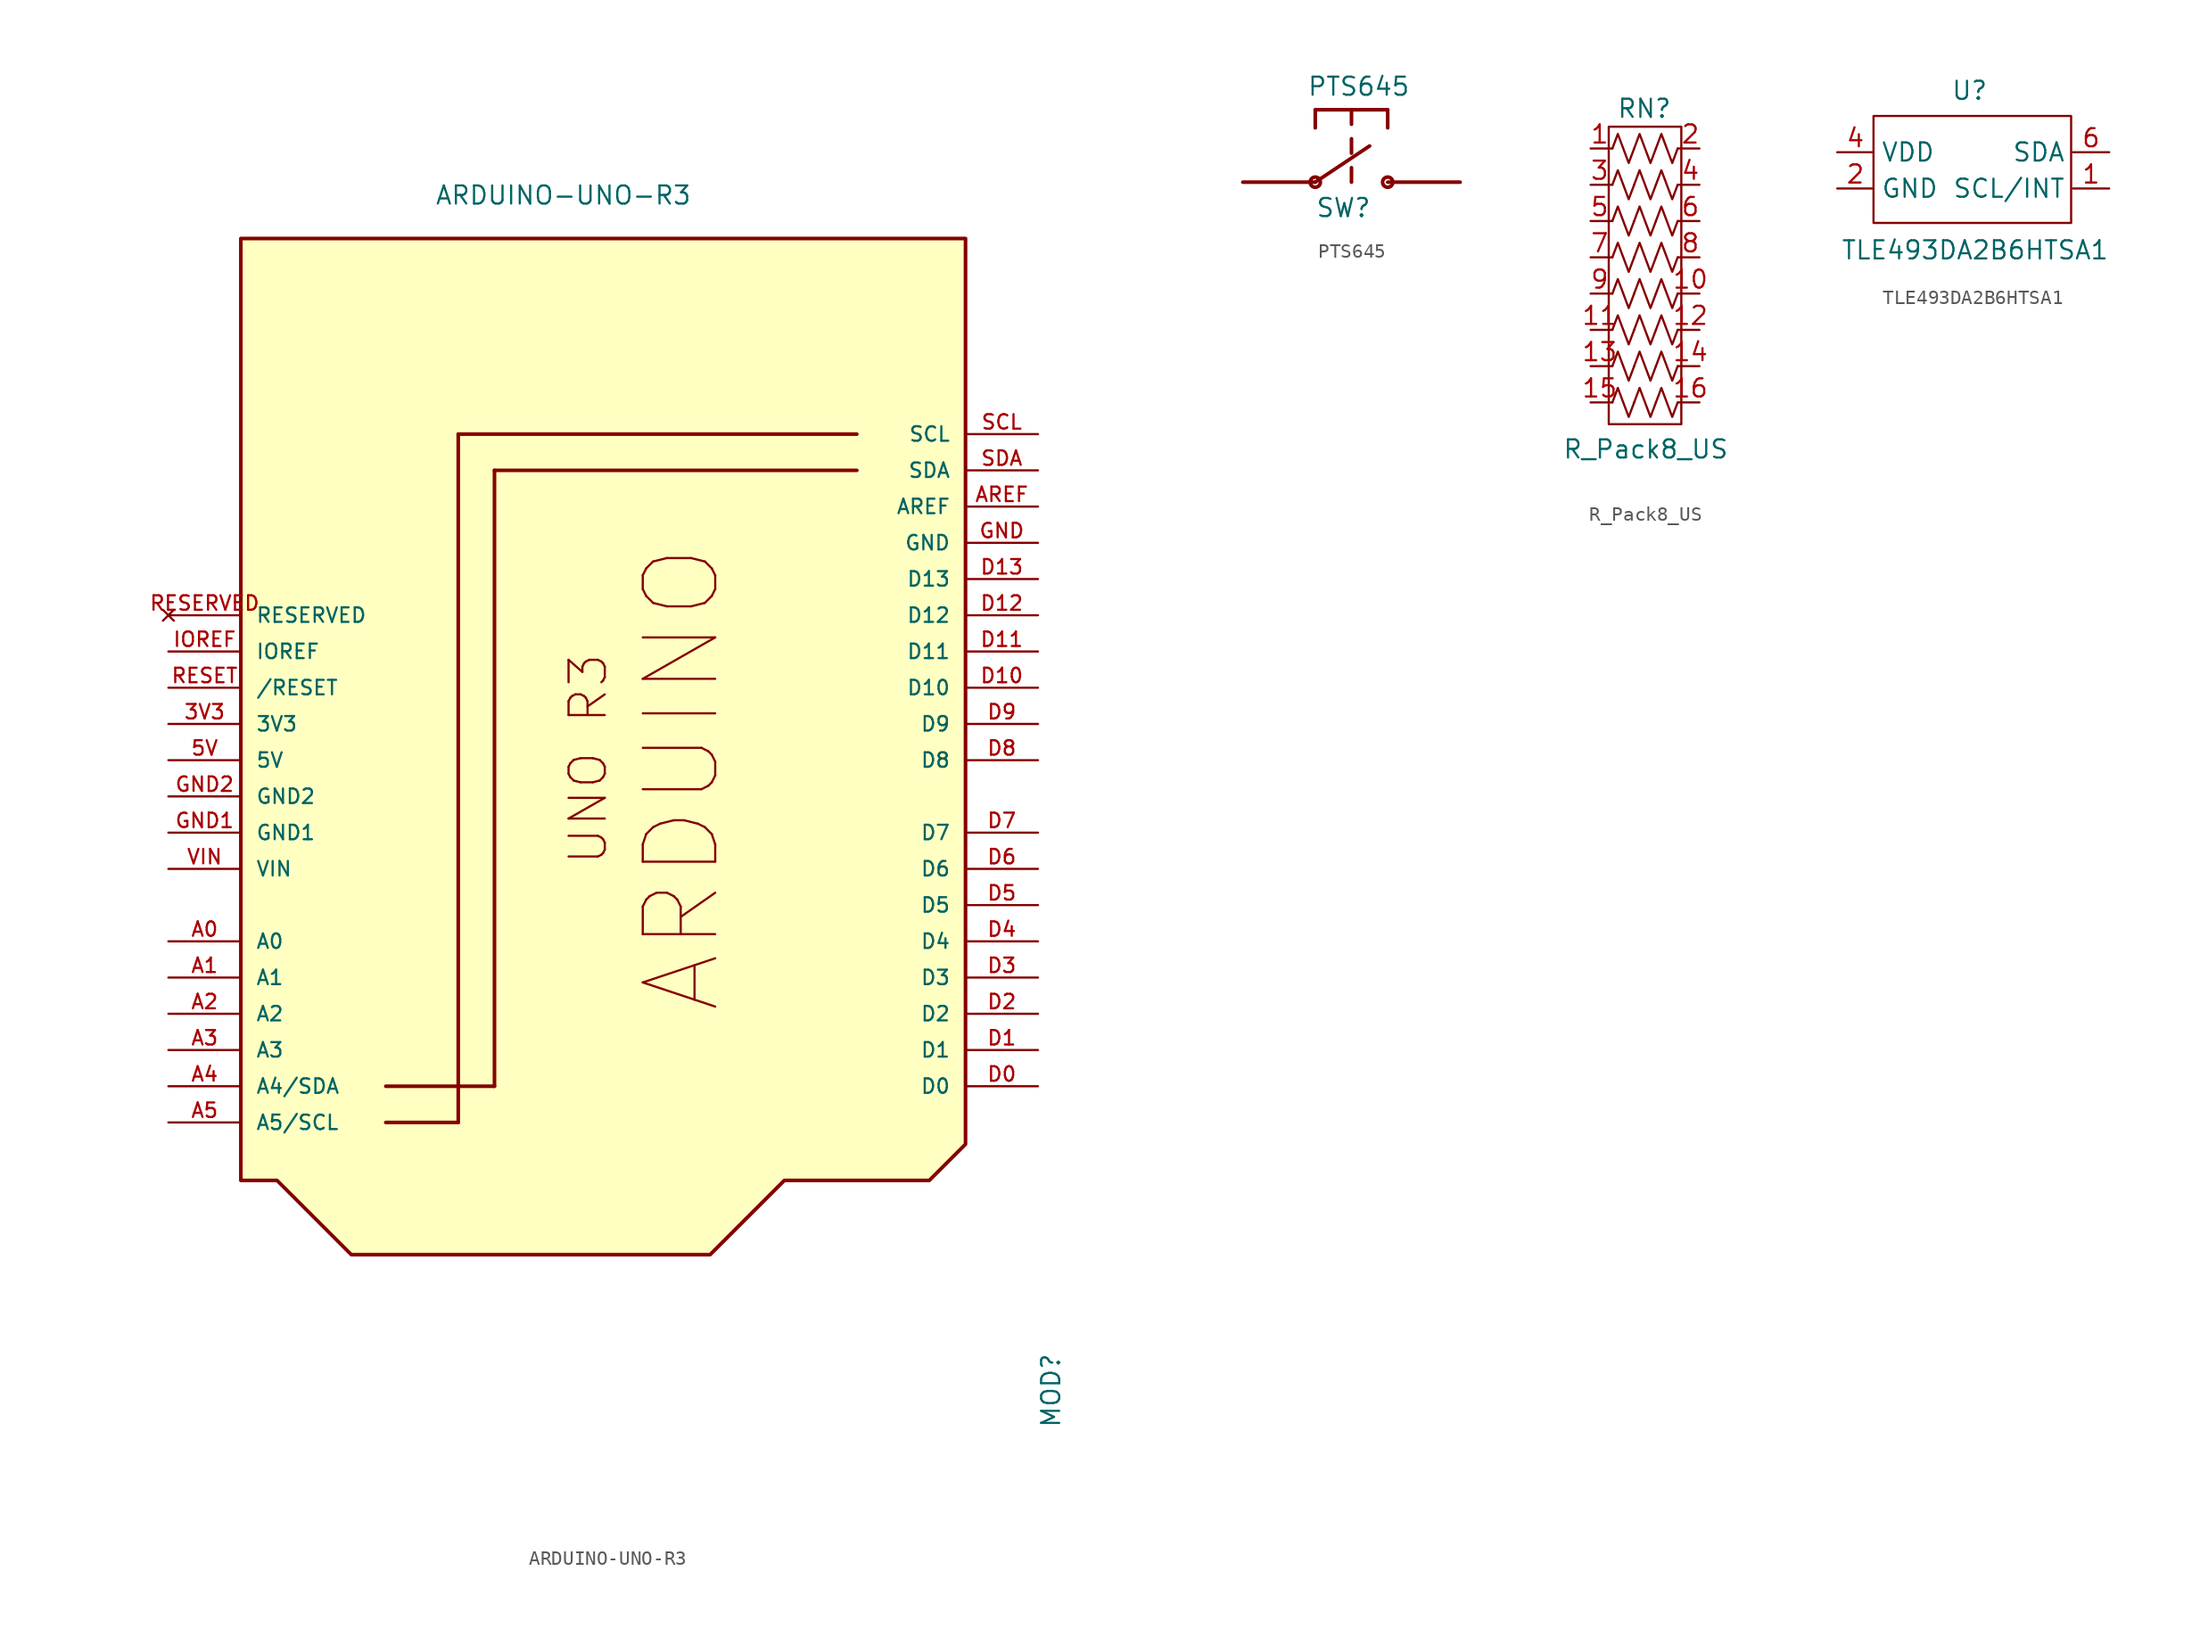
<source format=kicad_sym>
(kicad_symbol_lib
  (version 20220914)
  (generator kicad_symbol_editor)
  (symbol "ARDUINO-UNO-R3"
    (pin_names
      (offset 1.016))
    (property "Reference" "MOD"
      (at 30.861 -41.656 90)
      (effects (font (size 1.27 1.27)) (justify bottom)))
    (property "Value" "ARDUINO-UNO-R3"
      (at -4.064 41.402 0)
      (effects (font (size 1.27 1.27)) (justify bottom)))
    (symbol "ARDUINO-UNO-R3_0_0"
      (polyline (pts (xy -11.43 -22.86) (xy -16.51 -22.86)) (stroke (width 0.254) (type default)) (fill (type none)))
      (polyline (pts (xy -11.43 25.4) (xy -11.43 -22.86)) (stroke (width 0.254) (type default)) (fill (type none)))
      (polyline (pts (xy -8.89 -20.32) (xy -16.51 -20.32)) (stroke (width 0.254) (type default)) (fill (type none)))
      (polyline (pts (xy -8.89 22.86) (xy -8.89 -20.32)) (stroke (width 0.254) (type default)) (fill (type none)))
      (polyline (pts (xy 16.51 22.86) (xy -8.89 22.86)) (stroke (width 0.254) (type default)) (fill (type none)))
      (polyline (pts (xy 16.51 25.4) (xy -11.43 25.4)) (stroke (width 0.254) (type default)) (fill (type none)))
      (text "ARDUINO" (at 1.27 17.78 900) (effects (font (size 5.08 5.08)) (justify right top)))
      (text "UNO R3" (at -3.81 10.16 900) (effects (font (size 2.54 2.54)) (justify right top)))
      (pin power_in line (at -31.75 2.54 0) (length 5.08) (name "5V" (effects (font (size 1.016 1.016)))) (number "5V" (effects (font (size 1.016 1.016)))))
      (pin bidirectional line (at -31.75 -10.16 0) (length 5.08) (name "A0" (effects (font (size 1.016 1.016)))) (number "A0" (effects (font (size 1.016 1.016)))))
      (pin bidirectional line (at -31.75 -12.7 0) (length 5.08) (name "A1" (effects (font (size 1.016 1.016)))) (number "A1" (effects (font (size 1.016 1.016)))))
      (pin bidirectional line (at -31.75 -15.24 0) (length 5.08) (name "A2" (effects (font (size 1.016 1.016)))) (number "A2" (effects (font (size 1.016 1.016)))))
      (pin bidirectional line (at -31.75 -17.78 0) (length 5.08) (name "A3" (effects (font (size 1.016 1.016)))) (number "A3" (effects (font (size 1.016 1.016)))))
      (pin bidirectional line (at -31.75 -20.32 0) (length 5.08) (name "A4/SDA" (effects (font (size 1.016 1.016)))) (number "A4" (effects (font (size 1.016 1.016)))))
      (pin bidirectional line (at -31.75 -22.86 0) (length 5.08) (name "A5/SCL" (effects (font (size 1.016 1.016)))) (number "A5" (effects (font (size 1.016 1.016)))))
      (pin bidirectional line (at 29.21 20.32 180) (length 5.08) (name "AREF" (effects (font (size 1.016 1.016)))) (number "AREF" (effects (font (size 1.016 1.016)))))
      (pin bidirectional line (at 29.21 -20.32 180) (length 5.08) (name "D0" (effects (font (size 1.016 1.016)))) (number "D0" (effects (font (size 1.016 1.016)))))
      (pin bidirectional line (at 29.21 -17.78 180) (length 5.08) (name "D1" (effects (font (size 1.016 1.016)))) (number "D1" (effects (font (size 1.016 1.016)))))
      (pin bidirectional line (at 29.21 7.62 180) (length 5.08) (name "D10" (effects (font (size 1.016 1.016)))) (number "D10" (effects (font (size 1.016 1.016)))))
      (pin bidirectional line (at 29.21 10.16 180) (length 5.08) (name "D11" (effects (font (size 1.016 1.016)))) (number "D11" (effects (font (size 1.016 1.016)))))
      (pin bidirectional line (at 29.21 12.7 180) (length 5.08) (name "D12" (effects (font (size 1.016 1.016)))) (number "D12" (effects (font (size 1.016 1.016)))))
      (pin bidirectional line (at 29.21 15.24 180) (length 5.08) (name "D13" (effects (font (size 1.016 1.016)))) (number "D13" (effects (font (size 1.016 1.016)))))
      (pin bidirectional line (at 29.21 -15.24 180) (length 5.08) (name "D2" (effects (font (size 1.016 1.016)))) (number "D2" (effects (font (size 1.016 1.016)))))
      (pin bidirectional line (at 29.21 -12.7 180) (length 5.08) (name "D3" (effects (font (size 1.016 1.016)))) (number "D3" (effects (font (size 1.016 1.016)))))
      (pin bidirectional line (at 29.21 -10.16 180) (length 5.08) (name "D4" (effects (font (size 1.016 1.016)))) (number "D4" (effects (font (size 1.016 1.016)))))
      (pin bidirectional line (at 29.21 -7.62 180) (length 5.08) (name "D5" (effects (font (size 1.016 1.016)))) (number "D5" (effects (font (size 1.016 1.016)))))
      (pin bidirectional line (at 29.21 -5.08 180) (length 5.08) (name "D6" (effects (font (size 1.016 1.016)))) (number "D6" (effects (font (size 1.016 1.016)))))
      (pin bidirectional line (at 29.21 -2.54 180) (length 5.08) (name "D7" (effects (font (size 1.016 1.016)))) (number "D7" (effects (font (size 1.016 1.016)))))
      (pin bidirectional line (at 29.21 2.54 180) (length 5.08) (name "D8" (effects (font (size 1.016 1.016)))) (number "D8" (effects (font (size 1.016 1.016)))))
      (pin bidirectional line (at 29.21 5.08 180) (length 5.08) (name "D9" (effects (font (size 1.016 1.016)))) (number "D9" (effects (font (size 1.016 1.016)))))
      (pin power_in line (at 29.21 17.78 180) (length 5.08) (name "GND" (effects (font (size 1.016 1.016)))) (number "GND" (effects (font (size 1.016 1.016)))))
      (pin power_in line (at -31.75 -2.54 0) (length 5.08) (name "GND1" (effects (font (size 1.016 1.016)))) (number "GND1" (effects (font (size 1.016 1.016)))))
      (pin power_in line (at -31.75 0 0) (length 5.08) (name "GND2" (effects (font (size 1.016 1.016)))) (number "GND2" (effects (font (size 1.016 1.016)))))
      (pin output line (at -31.75 10.16 0) (length 5.08) (name "IOREF" (effects (font (size 1.016 1.016)))) (number "IOREF" (effects (font (size 1.016 1.016)))))
      (pin no_connect line (at -31.75 12.7 0) (length 5.08) (name "RESERVED" (effects (font (size 1.016 1.016)))) (number "RESERVED" (effects (font (size 1.016 1.016)))))
      (pin bidirectional line (at -31.75 7.62 0) (length 5.08) (name "/RESET" (effects (font (size 1.016 1.016)))) (number "RESET" (effects (font (size 1.016 1.016)))))
      (pin bidirectional line (at 29.21 25.4 180) (length 5.08) (name "SCL" (effects (font (size 1.016 1.016)))) (number "SCL" (effects (font (size 1.016 1.016)))))
      (pin bidirectional line (at 29.21 22.86 180) (length 5.08) (name "SDA" (effects (font (size 1.016 1.016)))) (number "SDA" (effects (font (size 1.016 1.016)))))
      (pin power_in line (at -31.75 -5.08 0) (length 5.08) (name "VIN" (effects (font (size 1.016 1.016)))) (number "VIN" (effects (font (size 1.016 1.016))))))
    (symbol "ARDUINO-UNO-R3_1_0"
      (pin power_in line (at -31.75 5.08 0) (length 5.08) (name "3V3" (effects (font (size 1.016 1.016)))) (number "3V3" (effects (font (size 1.016 1.016))))))
    (symbol "ARDUINO-UNO-R3_1_1"
      (polyline (pts (xy 24.13 39.116) (xy -26.67 39.116) (xy -26.67 -26.924) (xy -24.13 -26.924) (xy -18.923 -32.131) (xy 6.223 -32.131) (xy 11.43 -26.924) (xy 21.59 -26.924) (xy 24.13 -24.384) (xy 24.13 39.116)) (stroke (width 0.254) (type default)) (fill (type background)))))
  (symbol "PTS645"
    (pin_names
      (offset 1.016))
    (property "Reference" "SW"
      (at -2.54 -2.54 0)
      (effects (font (size 1.27 1.27)) (justify left bottom)))
    (property "Value" "PTS645"
      (at 0.508 5.969 0)
      (effects (font (size 1.27 1.27)) (justify bottom)))
    (symbol "PTS645_0_0"
      (circle (center -2.54 0) (radius 0.359) (stroke (width 0.254) (type default)) (fill (type none)))
      (polyline (pts (xy -7.62 0) (xy -2.54 0)) (stroke (width 0.254) (type default)) (fill (type none)))
      (polyline (pts (xy -2.54 0) (xy 1.27 2.54)) (stroke (width 0.254) (type default)) (fill (type none)))
      (polyline (pts (xy -2.54 3.81) (xy -2.54 5.08)) (stroke (width 0.254) (type default)) (fill (type none)))
      (polyline (pts (xy -2.54 5.08) (xy 0 5.08)) (stroke (width 0.254) (type default)) (fill (type none)))
      (polyline (pts (xy 0 0) (xy 0 1.016)) (stroke (width 0.254) (type default)) (fill (type none)))
      (polyline (pts (xy 0 2.032) (xy 0 3.048)) (stroke (width 0.254) (type default)) (fill (type none)))
      (polyline (pts (xy 0 4.064) (xy 0 5.08)) (stroke (width 0.254) (type default)) (fill (type none)))
      (polyline (pts (xy 0 5.08) (xy 2.54 5.08)) (stroke (width 0.254) (type default)) (fill (type none)))
      (polyline (pts (xy 2.54 0) (xy 7.62 0)) (stroke (width 0.254) (type default)) (fill (type none)))
      (polyline (pts (xy 2.54 5.08) (xy 2.54 3.81)) (stroke (width 0.254) (type default)) (fill (type none)))
      (circle (center 2.54 0) (radius 0.359) (stroke (width 0.254) (type default)) (fill (type none))))
    (symbol "PTS645_1_0"
      (pin passive line (at -7.62 0 0) (length 5.08) hide (name "~" (effects (font (size 1.016 1.016)))) (number "1" (effects (font (size 1.016 1.016)))))
      (pin passive line (at -7.62 0 0) (length 5.08) hide (name "~" (effects (font (size 1.016 1.016)))) (number "2" (effects (font (size 1.016 1.016)))))
      (pin passive line (at 7.62 0 180) (length 5.08) hide (name "~" (effects (font (size 1.016 1.016)))) (number "3" (effects (font (size 1.016 1.016)))))
      (pin passive line (at 7.62 0 180) (length 5.08) hide (name "~" (effects (font (size 1.016 1.016)))) (number "4" (effects (font (size 1.016 1.016)))))))
  (symbol "R_Pack8_US"
    (property "Reference" "RN"
      (at 1.219 2.794 0)
      (effects (font (size 1.27 1.27))))
    (property "Value" "R_Pack8_US"
      (at 1.321 -21.057 0)
      (effects (font (size 1.27 1.27))))
    (symbol "R_Pack8_US_0_1"
      (rectangle (start -1.27 1.524) (end 3.81 -19.304) (stroke (width 0) (type default)) (fill (type none)))
      (polyline (pts (xy -1.016 -17.78) (xy -1.27 -17.78)) (stroke (width 0) (type default)) (fill (type none)))
      (polyline (pts (xy -1.016 -15.24) (xy -1.27 -15.24)) (stroke (width 0) (type default)) (fill (type none)))
      (polyline (pts (xy -1.016 -12.7) (xy -1.27 -12.7)) (stroke (width 0) (type default)) (fill (type none)))
      (polyline (pts (xy -1.016 -10.16) (xy -1.27 -10.16)) (stroke (width 0) (type default)) (fill (type none)))
      (polyline (pts (xy -1.016 -7.62) (xy -1.27 -7.62)) (stroke (width 0) (type default)) (fill (type none)))
      (polyline (pts (xy -1.016 -5.08) (xy -1.27 -5.08)) (stroke (width 0) (type default)) (fill (type none)))
      (polyline (pts (xy -1.016 -2.54) (xy -1.27 -2.54)) (stroke (width 0) (type default)) (fill (type none)))
      (polyline (pts (xy -1.016 0) (xy -1.27 0)) (stroke (width 0) (type default)) (fill (type none)))
      (polyline (pts (xy 3.556 -17.78) (xy 3.81 -17.78)) (stroke (width 0) (type default)) (fill (type none)))
      (polyline (pts (xy 3.556 -15.24) (xy 3.81 -15.24)) (stroke (width 0) (type default)) (fill (type none)))
      (polyline (pts (xy 3.556 -12.7) (xy 3.81 -12.7)) (stroke (width 0) (type default)) (fill (type none)))
      (polyline (pts (xy 3.556 -10.16) (xy 3.81 -10.16)) (stroke (width 0) (type default)) (fill (type none)))
      (polyline (pts (xy 3.556 -7.62) (xy 3.81 -7.62)) (stroke (width 0) (type default)) (fill (type none)))
      (polyline (pts (xy 3.556 -5.08) (xy 3.81 -5.08)) (stroke (width 0) (type default)) (fill (type none)))
      (polyline (pts (xy 3.556 -2.54) (xy 3.81 -2.54)) (stroke (width 0) (type default)) (fill (type none)))
      (polyline (pts (xy 3.556 0) (xy 3.81 0)) (stroke (width 0) (type default)) (fill (type none)))
      (polyline (pts (xy -1.016 -17.78) (xy -0.635 -16.764) (xy -0.254 -17.78) (xy 0.127 -18.796) (xy 0.508 -17.78)) (stroke (width 0) (type default)) (fill (type none)))
      (polyline (pts (xy -1.016 -15.24) (xy -0.635 -14.224) (xy -0.254 -15.24) (xy 0.127 -16.256) (xy 0.508 -15.24)) (stroke (width 0) (type default)) (fill (type none)))
      (polyline (pts (xy -1.016 -12.7) (xy -0.635 -11.684) (xy -0.254 -12.7) (xy 0.127 -13.716) (xy 0.508 -12.7)) (stroke (width 0) (type default)) (fill (type none)))
      (polyline (pts (xy -1.016 -10.16) (xy -0.635 -9.144) (xy -0.254 -10.16) (xy 0.127 -11.176) (xy 0.508 -10.16)) (stroke (width 0) (type default)) (fill (type none)))
      (polyline (pts (xy -1.016 -7.62) (xy -0.635 -6.604) (xy -0.254 -7.62) (xy 0.127 -8.636) (xy 0.508 -7.62)) (stroke (width 0) (type default)) (fill (type none)))
      (polyline (pts (xy -1.016 -5.08) (xy -0.635 -4.064) (xy -0.254 -5.08) (xy 0.127 -6.096) (xy 0.508 -5.08)) (stroke (width 0) (type default)) (fill (type none)))
      (polyline (pts (xy -1.016 -2.54) (xy -0.635 -1.524) (xy -0.254 -2.54) (xy 0.127 -3.556) (xy 0.508 -2.54)) (stroke (width 0) (type default)) (fill (type none)))
      (polyline (pts (xy -1.016 0) (xy -0.635 1.016) (xy -0.254 0) (xy 0.127 -1.016) (xy 0.508 0)) (stroke (width 0) (type default)) (fill (type none)))
      (polyline (pts (xy 0.508 -17.78) (xy 0.889 -16.764) (xy 1.27 -17.78) (xy 1.651 -18.796) (xy 2.032 -17.78)) (stroke (width 0) (type default)) (fill (type none)))
      (polyline (pts (xy 0.508 -15.24) (xy 0.889 -14.224) (xy 1.27 -15.24) (xy 1.651 -16.256) (xy 2.032 -15.24)) (stroke (width 0) (type default)) (fill (type none)))
      (polyline (pts (xy 0.508 -12.7) (xy 0.889 -11.684) (xy 1.27 -12.7) (xy 1.651 -13.716) (xy 2.032 -12.7)) (stroke (width 0) (type default)) (fill (type none)))
      (polyline (pts (xy 0.508 -10.16) (xy 0.889 -9.144) (xy 1.27 -10.16) (xy 1.651 -11.176) (xy 2.032 -10.16)) (stroke (width 0) (type default)) (fill (type none)))
      (polyline (pts (xy 0.508 -7.62) (xy 0.889 -6.604) (xy 1.27 -7.62) (xy 1.651 -8.636) (xy 2.032 -7.62)) (stroke (width 0) (type default)) (fill (type none)))
      (polyline (pts (xy 0.508 -5.08) (xy 0.889 -4.064) (xy 1.27 -5.08) (xy 1.651 -6.096) (xy 2.032 -5.08)) (stroke (width 0) (type default)) (fill (type none)))
      (polyline (pts (xy 0.508 -2.54) (xy 0.889 -1.524) (xy 1.27 -2.54) (xy 1.651 -3.556) (xy 2.032 -2.54)) (stroke (width 0) (type default)) (fill (type none)))
      (polyline (pts (xy 0.508 0) (xy 0.889 1.016) (xy 1.27 0) (xy 1.651 -1.016) (xy 2.032 0)) (stroke (width 0) (type default)) (fill (type none)))
      (polyline (pts (xy 2.032 -17.78) (xy 2.413 -16.764) (xy 2.794 -17.78) (xy 3.175 -18.796) (xy 3.556 -17.78)) (stroke (width 0) (type default)) (fill (type none)))
      (polyline (pts (xy 2.032 -15.24) (xy 2.413 -14.224) (xy 2.794 -15.24) (xy 3.175 -16.256) (xy 3.556 -15.24)) (stroke (width 0) (type default)) (fill (type none)))
      (polyline (pts (xy 2.032 -12.7) (xy 2.413 -11.684) (xy 2.794 -12.7) (xy 3.175 -13.716) (xy 3.556 -12.7)) (stroke (width 0) (type default)) (fill (type none)))
      (polyline (pts (xy 2.032 -10.16) (xy 2.413 -9.144) (xy 2.794 -10.16) (xy 3.175 -11.176) (xy 3.556 -10.16)) (stroke (width 0) (type default)) (fill (type none)))
      (polyline (pts (xy 2.032 -7.62) (xy 2.413 -6.604) (xy 2.794 -7.62) (xy 3.175 -8.636) (xy 3.556 -7.62)) (stroke (width 0) (type default)) (fill (type none)))
      (polyline (pts (xy 2.032 -5.08) (xy 2.413 -4.064) (xy 2.794 -5.08) (xy 3.175 -6.096) (xy 3.556 -5.08)) (stroke (width 0) (type default)) (fill (type none)))
      (polyline (pts (xy 2.032 -2.54) (xy 2.413 -1.524) (xy 2.794 -2.54) (xy 3.175 -3.556) (xy 3.556 -2.54)) (stroke (width 0) (type default)) (fill (type none)))
      (polyline (pts (xy 2.032 0) (xy 2.413 1.016) (xy 2.794 0) (xy 3.175 -1.016) (xy 3.556 0)) (stroke (width 0) (type default)) (fill (type none))))
    (symbol "R_Pack8_US_1_1"
      (pin passive line (at -2.54 0 0) (length 1.27) (name "~" (effects (font (size 1.27 1.27)))) (number "1" (effects (font (size 1.27 1.27)))))
      (pin passive line (at 5.08 -10.16 180) (length 1.27) (name "~" (effects (font (size 1.27 1.27)))) (number "10" (effects (font (size 1.27 1.27)))))
      (pin passive line (at -2.54 -12.7 0) (length 1.27) (name "~" (effects (font (size 1.27 1.27)))) (number "11" (effects (font (size 1.27 1.27)))))
      (pin passive line (at 5.08 -12.7 180) (length 1.27) (name "~" (effects (font (size 1.27 1.27)))) (number "12" (effects (font (size 1.27 1.27)))))
      (pin passive line (at -2.54 -15.24 0) (length 1.27) (name "~" (effects (font (size 1.27 1.27)))) (number "13" (effects (font (size 1.27 1.27)))))
      (pin passive line (at 5.08 -15.24 180) (length 1.27) (name "~" (effects (font (size 1.27 1.27)))) (number "14" (effects (font (size 1.27 1.27)))))
      (pin passive line (at -2.54 -17.78 0) (length 1.27) (name "~" (effects (font (size 1.27 1.27)))) (number "15" (effects (font (size 1.27 1.27)))))
      (pin passive line (at 5.08 -17.78 180) (length 1.27) (name "~" (effects (font (size 1.27 1.27)))) (number "16" (effects (font (size 1.27 1.27)))))
      (pin passive line (at 5.08 0 180) (length 1.27) (name "~" (effects (font (size 1.27 1.27)))) (number "2" (effects (font (size 1.27 1.27)))))
      (pin passive line (at -2.54 -2.54 0) (length 1.27) (name "~" (effects (font (size 1.27 1.27)))) (number "3" (effects (font (size 1.27 1.27)))))
      (pin passive line (at 5.08 -2.54 180) (length 1.27) (name "~" (effects (font (size 1.27 1.27)))) (number "4" (effects (font (size 1.27 1.27)))))
      (pin passive line (at -2.54 -5.08 0) (length 1.27) (name "~" (effects (font (size 1.27 1.27)))) (number "5" (effects (font (size 1.27 1.27)))))
      (pin passive line (at 5.08 -5.08 180) (length 1.27) (name "~" (effects (font (size 1.27 1.27)))) (number "6" (effects (font (size 1.27 1.27)))))
      (pin passive line (at -2.54 -7.62 0) (length 1.27) (name "~" (effects (font (size 1.27 1.27)))) (number "7" (effects (font (size 1.27 1.27)))))
      (pin passive line (at 5.08 -7.62 180) (length 1.27) (name "~" (effects (font (size 1.27 1.27)))) (number "8" (effects (font (size 1.27 1.27)))))
      (pin passive line (at -2.54 -10.16 0) (length 1.27) (name "~" (effects (font (size 1.27 1.27)))) (number "9" (effects (font (size 1.27 1.27)))))))
  (symbol "TLE493DA2B6HTSA1"
    (property "Reference" "U"
      (at -0.889 5.588 0)
      (effects (font (size 1.27 1.27))))
    (property "Value" "TLE493DA2B6HTSA1"
      (at -0.508 -5.588 0)
      (effects (font (size 1.27 1.27))))
    (symbol "TLE493DA2B6HTSA1_0_1"
      (rectangle (start -7.62 3.81) (end 6.223 -3.683) (stroke (width 0) (type default)) (fill (type none))))
    (symbol "TLE493DA2B6HTSA1_1_1"
      (pin passive line (at 8.89 -1.27 180) (length 2.54) (name "SCL/INT" (effects (font (size 1.27 1.27)))) (number "1" (effects (font (size 1.27 1.27)))))
      (pin passive line (at -10.16 -1.27 0) (length 2.54) (name "GND" (effects (font (size 1.27 1.27)))) (number "2" (effects (font (size 1.27 1.27)))))
      (pin passive line (at -10.185 -1.295 0) (length 2.54) hide (name "GND" (effects (font (size 1.27 1.27)))) (number "3" (effects (font (size 1.27 1.27)))))
      (pin passive line (at -10.16 1.27 0) (length 2.54) (name "VDD" (effects (font (size 1.27 1.27)))) (number "4" (effects (font (size 1.27 1.27)))))
      (pin passive line (at -10.16 -1.27 0) (length 2.54) hide (name "GND" (effects (font (size 1.27 1.27)))) (number "5" (effects (font (size 1.27 1.27)))))
      (pin passive line (at 8.89 1.27 180) (length 2.54) (name "SDA" (effects (font (size 1.27 1.27)))) (number "6" (effects (font (size 1.27 1.27))))))))
</source>
